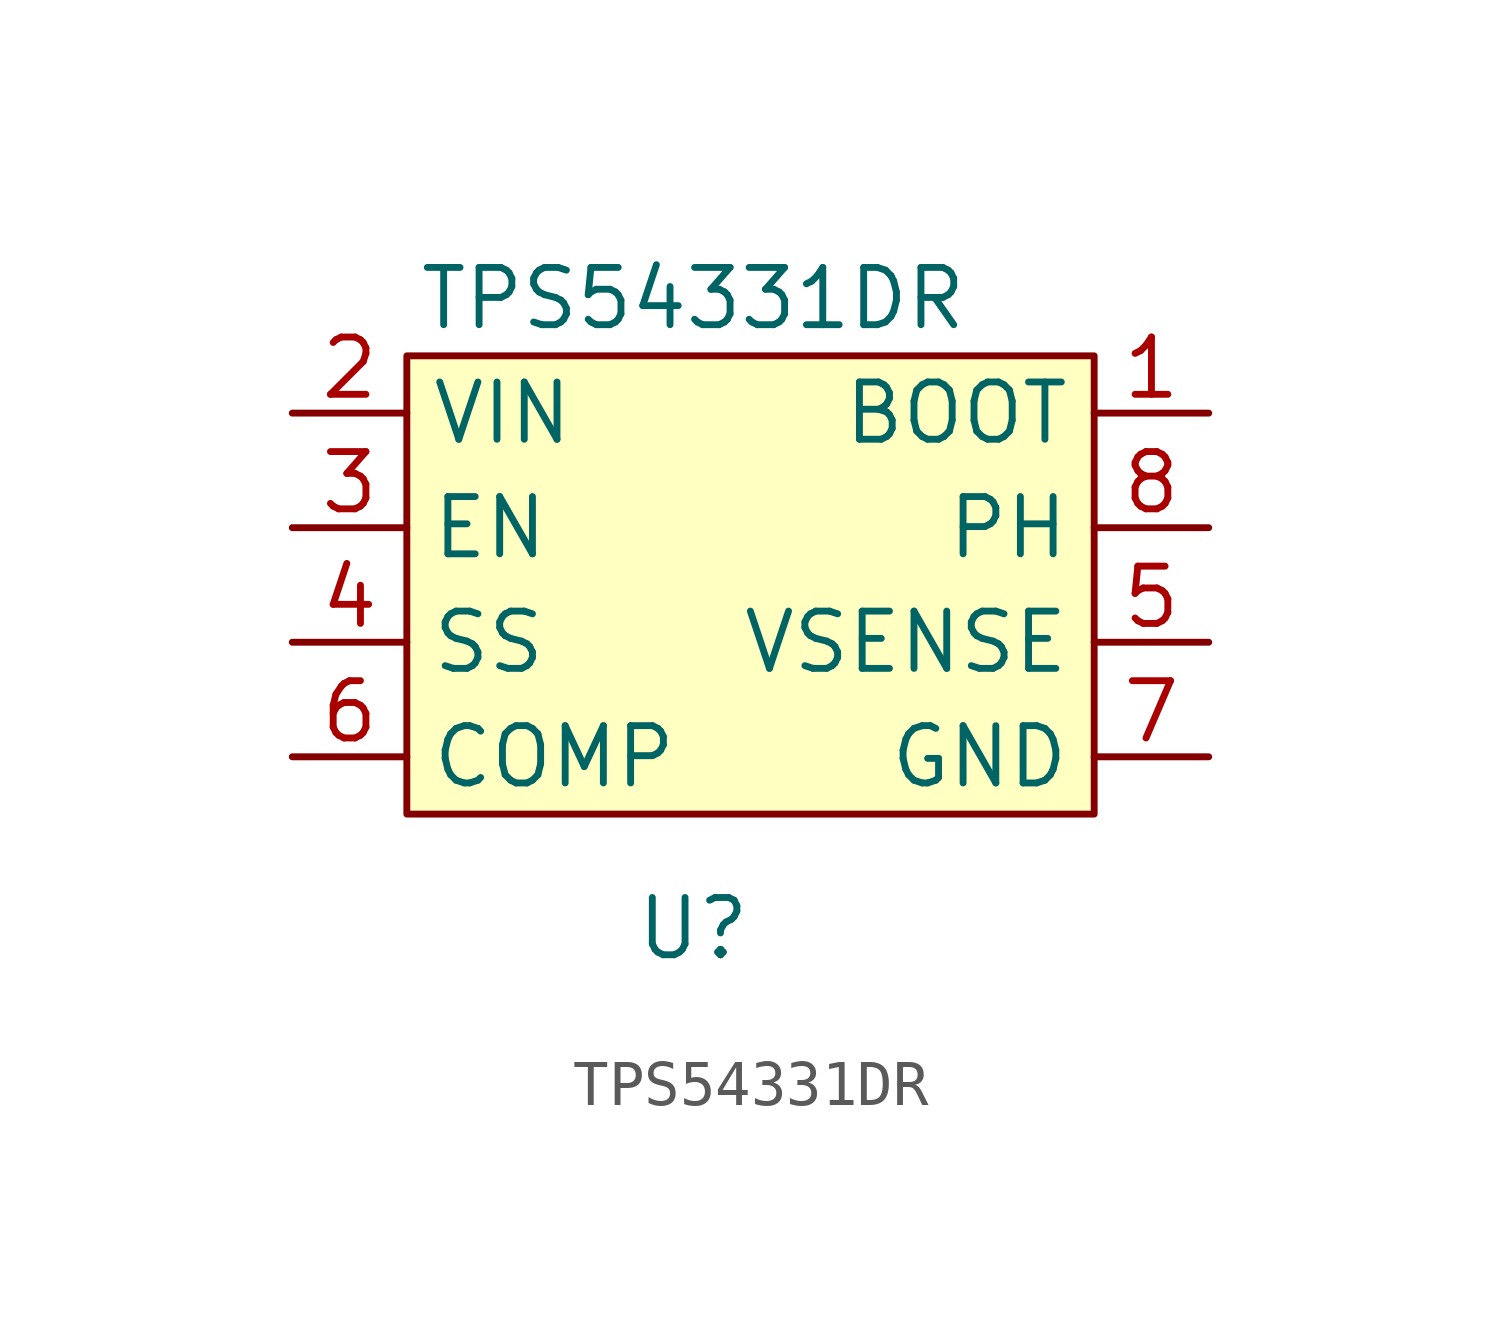
<source format=kicad_sym>
(kicad_symbol_lib
  (version 20211014)
  (generator kicad_symbol_editor)
  (symbol "TPS54331DR"
    (property "Reference" "U"
      (at 0 -7.62 0)
      (effects (font (size 1.27 1.27))))
    (property "Value" "TPS54331DR"
      (at 0 6.35 0)
      (effects (font (size 1.27 1.27))))
    (symbol "TPS54331DR_0_0"
      (pin input line (at 11.43 3.81 180) (length 2.54) (name "BOOT" (effects (font (size 1.27 1.27)))) (number "1" (effects (font (size 1.27 1.27)))))
      (pin power_in line (at -8.89 3.81 0) (length 2.54) (name "VIN" (effects (font (size 1.27 1.27)))) (number "2" (effects (font (size 1.27 1.27)))))
      (pin input line (at -8.89 1.27 0) (length 2.54) (name "EN" (effects (font (size 1.27 1.27)))) (number "3" (effects (font (size 1.27 1.27)))))
      (pin input line (at -8.89 -1.27 0) (length 2.54) (name "SS" (effects (font (size 1.27 1.27)))) (number "4" (effects (font (size 1.27 1.27)))))
      (pin input line (at 11.43 -1.27 180) (length 2.54) (name "VSENSE" (effects (font (size 1.27 1.27)))) (number "5" (effects (font (size 1.27 1.27)))))
      (pin input line (at -8.89 -3.81 0) (length 2.54) (name "COMP" (effects (font (size 1.27 1.27)))) (number "6" (effects (font (size 1.27 1.27)))))
      (pin power_out line (at 11.43 -3.81 180) (length 2.54) (name "GND" (effects (font (size 1.27 1.27)))) (number "7" (effects (font (size 1.27 1.27)))))
      (pin power_out line (at 11.43 1.27 180) (length 2.54) (name "PH" (effects (font (size 1.27 1.27)))) (number "8" (effects (font (size 1.27 1.27))))))
    (symbol "TPS54331DR_0_1"
      (rectangle (start -6.35 5.08) (end 8.89 -5.08) (stroke (width 0) (type default) (color 0 0 0 0)) (fill (type background))))))
</source>
